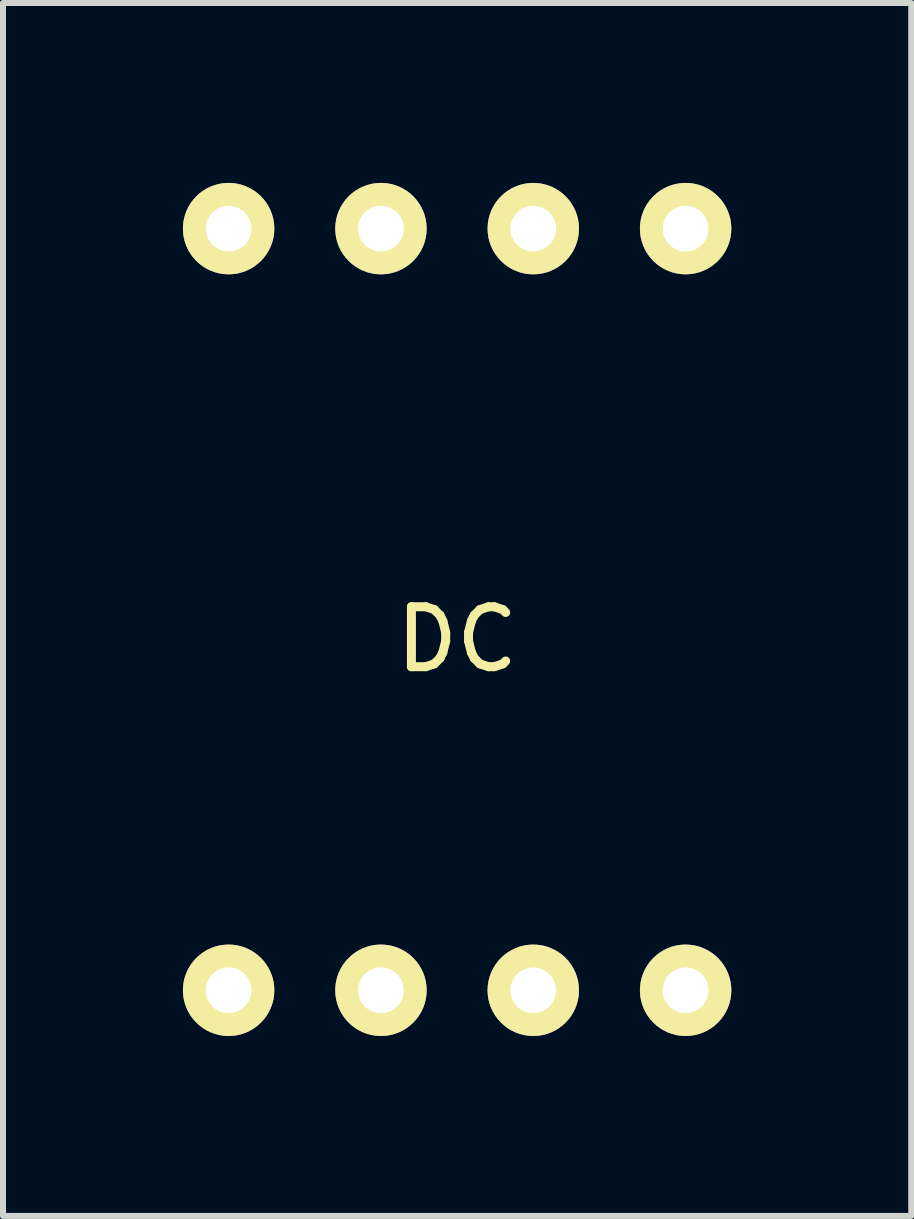
<source format=kicad_pcb>
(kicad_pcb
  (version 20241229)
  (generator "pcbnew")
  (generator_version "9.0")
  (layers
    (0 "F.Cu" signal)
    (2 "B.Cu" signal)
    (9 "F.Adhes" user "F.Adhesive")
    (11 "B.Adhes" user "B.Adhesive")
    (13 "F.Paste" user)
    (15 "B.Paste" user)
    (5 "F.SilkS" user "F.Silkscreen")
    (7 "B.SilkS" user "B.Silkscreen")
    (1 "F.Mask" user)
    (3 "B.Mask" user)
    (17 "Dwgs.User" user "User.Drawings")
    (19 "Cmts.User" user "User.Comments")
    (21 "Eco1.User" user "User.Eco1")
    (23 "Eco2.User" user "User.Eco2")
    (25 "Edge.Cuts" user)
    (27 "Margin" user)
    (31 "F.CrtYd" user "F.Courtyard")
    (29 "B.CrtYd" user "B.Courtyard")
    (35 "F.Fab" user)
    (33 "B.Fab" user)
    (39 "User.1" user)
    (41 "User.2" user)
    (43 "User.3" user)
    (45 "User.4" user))
  (footprint "DC"
    (layer "F.Cu")
    (at 4.572 7.112)
    (property "Reference" "DC" (at 0 0.5 0) (layer "F.SilkS") (effects (font (size 1 1) (thickness 0.15))))
    (attr through_hole)
    (pad "1" thru_hole circle (at -3.81 6.35) (size 1.524 1.524) (drill 0.762) (layers "*.Cu" "*.Mask" "F.SilkS"))
    (pad "2" thru_hole circle (at -1.27 6.35) (size 1.524 1.524) (drill 0.762) (layers "*.Cu" "*.Mask" "F.SilkS"))
    (pad "3" thru_hole circle (at 1.27 6.35) (size 1.524 1.524) (drill 0.762) (layers "*.Cu" "*.Mask" "F.SilkS"))
    (pad "4" thru_hole circle (at 3.81 6.35) (size 1.524 1.524) (drill 0.762) (layers "*.Cu" "*.Mask" "F.SilkS"))
    (pad "5" thru_hole circle (at 3.81 -6.35) (size 1.524 1.524) (drill 0.762) (layers "*.Cu" "*.Mask" "F.SilkS"))
    (pad "6" thru_hole circle (at 1.27 -6.35) (size 1.524 1.524) (drill 0.762) (layers "*.Cu" "*.Mask" "F.SilkS"))
    (pad "7" thru_hole circle (at -1.27 -6.35) (size 1.524 1.524) (drill 0.762) (layers "*.Cu" "*.Mask" "F.SilkS"))
    (pad "8" thru_hole circle (at -3.81 -6.35) (size 1.524 1.524) (drill 0.762) (layers "*.Cu" "*.Mask" "F.SilkS")))
  (gr_rect
    (start -3 -3)
    (end 12.144 17.224)
    (stroke (width 0.1) (type default))
    (fill no)
    (layer "Edge.Cuts")))
</source>
